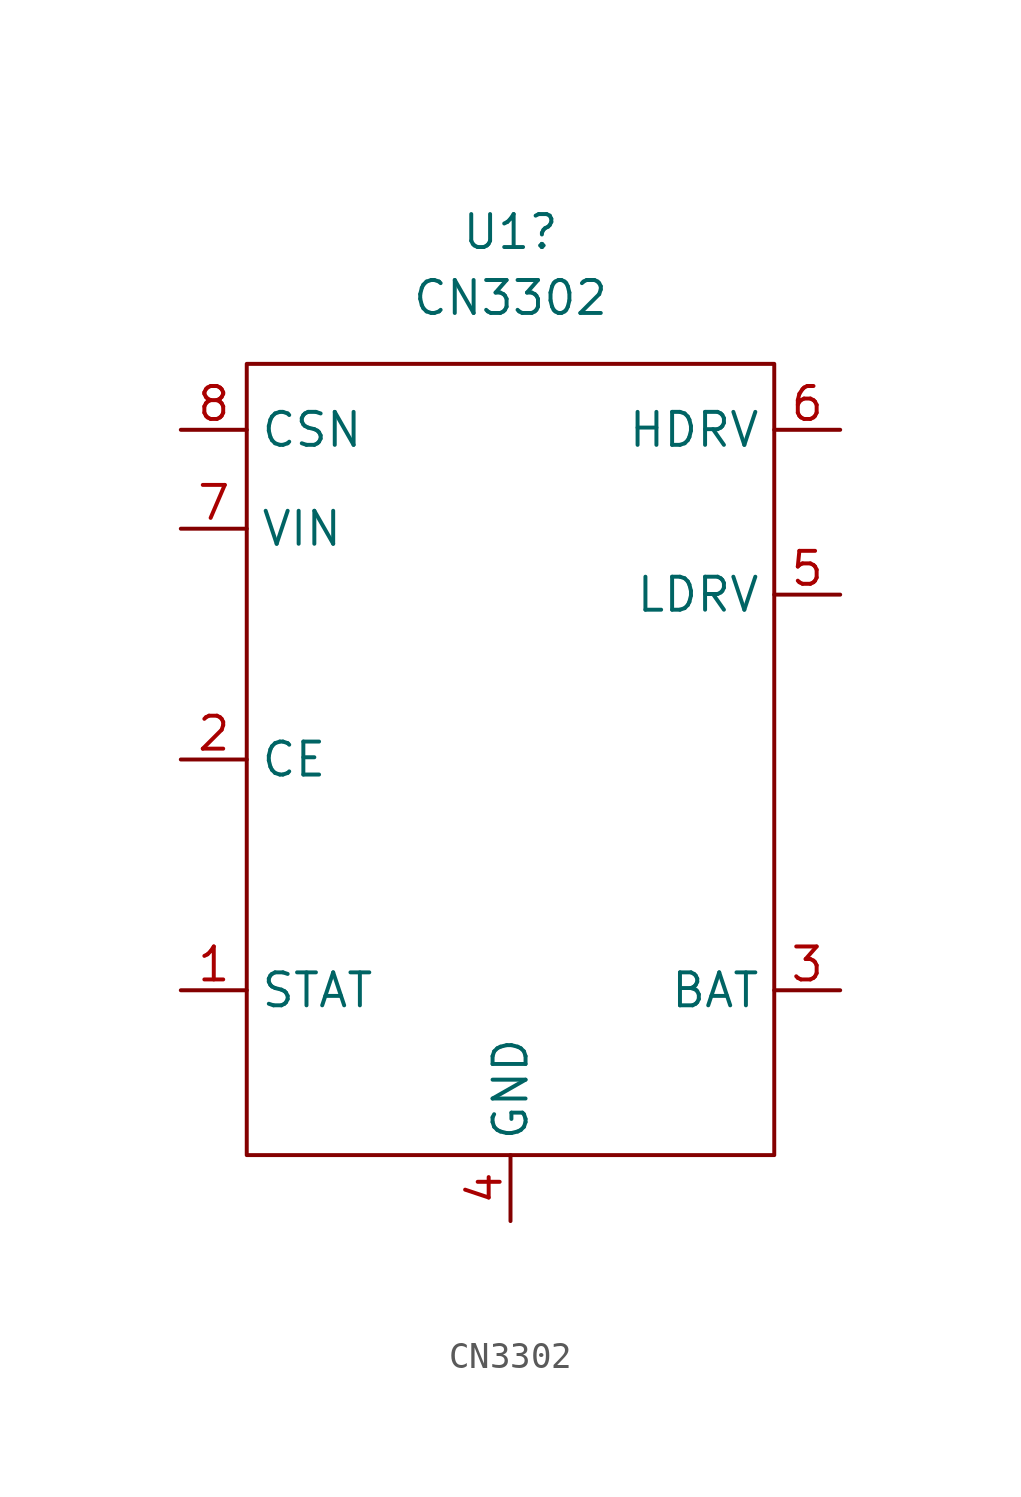
<source format=kicad_sym>
(kicad_symbol_lib
  (version 20241209)
  (generator "kicad_symbol_editor")
  (generator_version "9.0")
  (symbol "CN3302"
    (property "Reference" "U1"
      (at 2.54 40.64 0)
      (effects (font (size 1.27 1.27))))
    (property "Value" "CN3302"
      (at 2.54 38.1 0)
      (effects (font (size 1.27 1.27))))
    (symbol "CN3302_0_1"
      (rectangle (start -7.62 35.56) (end 12.7 5.08) (stroke (width 0) (type default)) (fill (type none))))
    (symbol "CN3302_1_1"
      (pin input line (at -10.16 33.02 0) (length 2.54) (name "CSN" (effects (font (size 1.27 1.27)))) (number "8" (effects (font (size 1.27 1.27)))))
      (pin power_in line (at -10.16 29.21 0) (length 2.54) (name "VIN" (effects (font (size 1.27 1.27)))) (number "7" (effects (font (size 1.27 1.27)))))
      (pin input line (at -10.16 20.32 0) (length 2.54) (name "CE" (effects (font (size 1.27 1.27)))) (number "2" (effects (font (size 1.27 1.27)))))
      (pin output line (at -10.16 11.43 0) (length 2.54) (name "STAT" (effects (font (size 1.27 1.27)))) (number "1" (effects (font (size 1.27 1.27)))))
      (pin power_in line (at 2.54 2.54 90) (length 2.54) (name "GND" (effects (font (size 1.27 1.27)))) (number "4" (effects (font (size 1.27 1.27)))))
      (pin output line (at 15.24 33.02 180) (length 2.54) (name "HDRV" (effects (font (size 1.27 1.27)))) (number "6" (effects (font (size 1.27 1.27)))))
      (pin output line (at 15.24 26.67 180) (length 2.54) (name "LDRV" (effects (font (size 1.27 1.27)))) (number "5" (effects (font (size 1.27 1.27)))))
      (pin power_out line (at 15.24 11.43 180) (length 2.54) (name "BAT" (effects (font (size 1.27 1.27)))) (number "3" (effects (font (size 1.27 1.27))))))))
</source>
